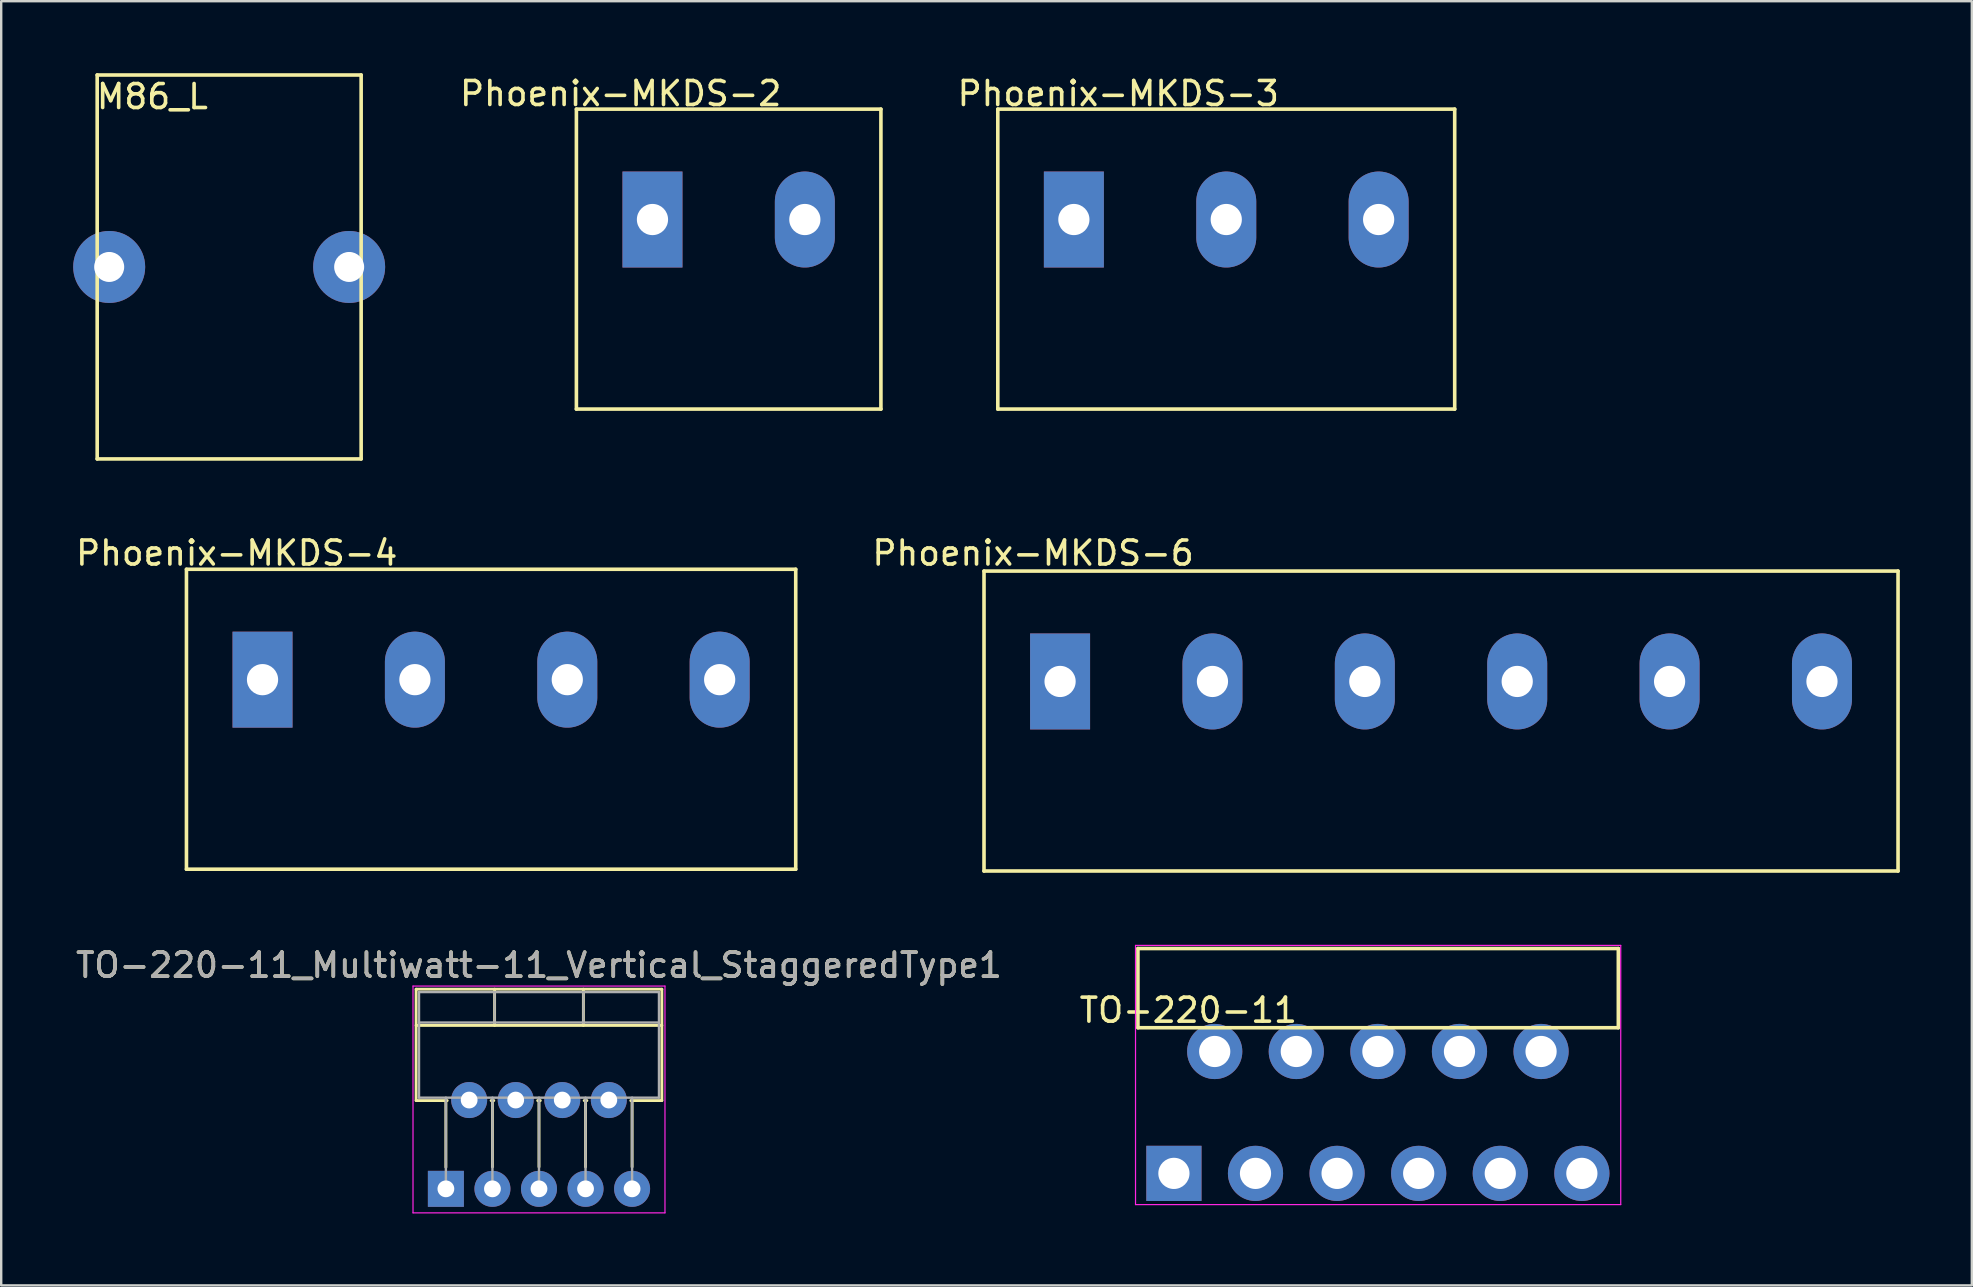
<source format=kicad_pcb>
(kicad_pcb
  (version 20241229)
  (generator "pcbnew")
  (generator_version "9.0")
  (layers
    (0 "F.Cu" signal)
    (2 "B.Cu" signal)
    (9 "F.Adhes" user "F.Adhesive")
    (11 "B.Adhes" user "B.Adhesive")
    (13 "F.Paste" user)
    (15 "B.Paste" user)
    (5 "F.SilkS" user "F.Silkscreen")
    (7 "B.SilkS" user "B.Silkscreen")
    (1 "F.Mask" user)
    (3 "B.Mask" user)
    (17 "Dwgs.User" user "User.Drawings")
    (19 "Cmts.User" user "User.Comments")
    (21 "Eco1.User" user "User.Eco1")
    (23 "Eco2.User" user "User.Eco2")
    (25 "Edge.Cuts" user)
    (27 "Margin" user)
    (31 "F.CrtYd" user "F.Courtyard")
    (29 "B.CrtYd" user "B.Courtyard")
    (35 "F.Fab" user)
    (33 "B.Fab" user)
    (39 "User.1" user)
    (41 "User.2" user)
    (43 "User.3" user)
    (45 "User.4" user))
  (footprint "M86_L"
    (layer "F.Cu")
    (at 6.5 8.075)
    (property "Reference" "M86_L" (at -3.2 -7.1 0) (layer "F.SilkS") (effects (font (size 1 1) (thickness 0.15))))
    (attr through_hole)
    (fp_line (start -5.5 -8) (end -5.5 8) (stroke (width 0.15) (type solid)) (layer "F.SilkS"))
    (fp_line (start -5.5 8) (end 5.5 8) (stroke (width 0.15) (type solid)) (layer "F.SilkS"))
    (fp_line (start 5.5 -8) (end -5.5 -8) (stroke (width 0.15) (type solid)) (layer "F.SilkS"))
    (fp_line (start 5.5 8) (end 5.5 -8) (stroke (width 0.15) (type solid)) (layer "F.SilkS"))
    (pad "1" thru_hole circle (at -5 0) (size 3 3) (drill 1.25) (layers "*.Cu" "*.Mask"))
    (pad "2" thru_hole circle (at 5 0) (size 3 3) (drill 1.25) (layers "*.Cu" "*.Mask")))
  (footprint "Phoenix-MKDS-2"
    (layer "F.Cu")
    (at 27.315 6.098)
    (property "Reference" "Phoenix-MKDS-2" (at -4.5 -5.25 0) (layer "F.SilkS") (effects (font (size 1 1) (thickness 0.15))))
    (attr through_hole)
    (fp_line (start -6.345 -4.6) (end -6.345 7.9) (stroke (width 0.15) (type solid)) (layer "F.SilkS"))
    (fp_line (start -6.345 7.9) (end 6.345 7.9) (stroke (width 0.15) (type solid)) (layer "F.SilkS"))
    (fp_line (start 6.345 -4.6) (end -6.345 -4.6) (stroke (width 0.15) (type solid)) (layer "F.SilkS"))
    (fp_line (start 6.345 -4.6) (end 6.345 7.9) (stroke (width 0.15) (type solid)) (layer "F.SilkS"))
    (pad "1" thru_hole rect (at -3.175 0) (size 2.5 4) (drill 1.3) (layers "*.Cu" "*.Mask"))
    (pad "2" thru_hole oval (at 3.175 0) (size 2.5 4) (drill 1.3) (layers "*.Cu" "*.Mask")))
  (footprint "Phoenix-MKDS-3"
    (layer "F.Cu")
    (at 48.051 6.098)
    (property "Reference" "Phoenix-MKDS-3" (at -4.5 -5.25 0) (layer "F.SilkS") (effects (font (size 1 1) (thickness 0.15))))
    (attr through_hole)
    (fp_line (start -9.52 -4.6) (end -9.52 7.9) (stroke (width 0.15) (type solid)) (layer "F.SilkS"))
    (fp_line (start -9.52 7.9) (end 9.52 7.9) (stroke (width 0.15) (type solid)) (layer "F.SilkS"))
    (fp_line (start 9.52 -4.6) (end -9.52 -4.6) (stroke (width 0.15) (type solid)) (layer "F.SilkS"))
    (fp_line (start 9.52 -4.6) (end 9.52 7.9) (stroke (width 0.15) (type solid)) (layer "F.SilkS"))
    (pad "1" thru_hole rect (at -6.35 0) (size 2.5 4) (drill 1.3) (layers "*.Cu" "*.Mask"))
    (pad "2" thru_hole oval (at 0 0) (size 2.5 4) (drill 1.3) (layers "*.Cu" "*.Mask"))
    (pad "3" thru_hole oval (at 6.35 0) (size 2.5 4) (drill 1.3) (layers "*.Cu" "*.Mask")))
  (footprint "TO-220-11_Multiwatt-11_Vertical_StaggeredType1"
    (layer "F.Cu")
    (at 15.531 46.492)
    (property "Reference" "TO-220-11_Multiwatt-11_Vertical_StaggeredType1" (at 3.88 -9.32 0) (layer "F.SilkS") (effects (font (size 1 1) (thickness 0.15))))
    (attr through_hole)
    (fp_line (start -1.241 -8.32) (end -1.241 -3.679) (stroke (width 0.12) (type solid)) (layer "F.SilkS"))
    (fp_line (start -1.241 -8.32) (end 9 -8.32) (stroke (width 0.12) (type solid)) (layer "F.SilkS"))
    (fp_line (start -1.241 -6.811) (end 9 -6.811) (stroke (width 0.12) (type solid)) (layer "F.SilkS"))
    (fp_line (start -1.241 -3.679) (end 0.055 -3.679) (stroke (width 0.12) (type solid)) (layer "F.SilkS"))
    (fp_line (start 0 -3.679) (end 0 -0.9) (stroke (width 0.12) (type solid)) (layer "F.SilkS"))
    (fp_line (start 1.885 -3.679) (end 1.996 -3.679) (stroke (width 0.12) (type solid)) (layer "F.SilkS"))
    (fp_line (start 1.94 -3.679) (end 1.94 -0.915) (stroke (width 0.12) (type solid)) (layer "F.SilkS"))
    (fp_line (start 2.03 -8.32) (end 2.03 -6.811) (stroke (width 0.12) (type solid)) (layer "F.SilkS"))
    (fp_line (start 3.825 -3.679) (end 3.935 -3.679) (stroke (width 0.12) (type solid)) (layer "F.SilkS"))
    (fp_line (start 3.88 -3.679) (end 3.88 -0.915) (stroke (width 0.12) (type solid)) (layer "F.SilkS"))
    (fp_line (start 5.73 -8.32) (end 5.73 -6.811) (stroke (width 0.12) (type solid)) (layer "F.SilkS"))
    (fp_line (start 5.765 -3.679) (end 5.875 -3.679) (stroke (width 0.12) (type solid)) (layer "F.SilkS"))
    (fp_line (start 5.82 -3.679) (end 5.82 -0.915) (stroke (width 0.12) (type solid)) (layer "F.SilkS"))
    (fp_line (start 7.705 -3.679) (end 9 -3.679) (stroke (width 0.12) (type solid)) (layer "F.SilkS"))
    (fp_line (start 7.76 -3.679) (end 7.76 -0.915) (stroke (width 0.12) (type solid)) (layer "F.SilkS"))
    (fp_line (start 9 -8.32) (end 9 -3.679) (stroke (width 0.12) (type solid)) (layer "F.SilkS"))
    (fp_line (start -1.37 -8.45) (end -1.37 1) (stroke (width 0.05) (type solid)) (layer "F.CrtYd"))
    (fp_line (start -1.37 1) (end 9.13 1) (stroke (width 0.05) (type solid)) (layer "F.CrtYd"))
    (fp_line (start 9.13 -8.45) (end -1.37 -8.45) (stroke (width 0.05) (type solid)) (layer "F.CrtYd"))
    (fp_line (start 9.13 1) (end 9.13 -8.45) (stroke (width 0.05) (type solid)) (layer "F.CrtYd"))
    (fp_line (start -1.12 -8.2) (end -1.12 -3.8) (stroke (width 0.1) (type solid)) (layer "F.Fab"))
    (fp_line (start -1.12 -6.93) (end 8.88 -6.93) (stroke (width 0.1) (type solid)) (layer "F.Fab"))
    (fp_line (start -1.12 -3.8) (end 8.88 -3.8) (stroke (width 0.1) (type solid)) (layer "F.Fab"))
    (fp_line (start 0 -3.8) (end 0 0) (stroke (width 0.1) (type solid)) (layer "F.Fab"))
    (fp_line (start 0.97 -3.8) (end 0.97 -3.7) (stroke (width 0.1) (type solid)) (layer "F.Fab"))
    (fp_line (start 1.94 -3.8) (end 1.94 0) (stroke (width 0.1) (type solid)) (layer "F.Fab"))
    (fp_line (start 2.03 -8.2) (end 2.03 -6.93) (stroke (width 0.1) (type solid)) (layer "F.Fab"))
    (fp_line (start 2.91 -3.8) (end 2.91 -3.7) (stroke (width 0.1) (type solid)) (layer "F.Fab"))
    (fp_line (start 3.88 -3.8) (end 3.88 0) (stroke (width 0.1) (type solid)) (layer "F.Fab"))
    (fp_line (start 4.85 -3.8) (end 4.85 -3.7) (stroke (width 0.1) (type solid)) (layer "F.Fab"))
    (fp_line (start 5.73 -8.2) (end 5.73 -6.93) (stroke (width 0.1) (type solid)) (layer "F.Fab"))
    (fp_line (start 5.82 -3.8) (end 5.82 0) (stroke (width 0.1) (type solid)) (layer "F.Fab"))
    (fp_line (start 6.79 -3.8) (end 6.79 -3.7) (stroke (width 0.1) (type solid)) (layer "F.Fab"))
    (fp_line (start 7.76 -3.8) (end 7.76 0) (stroke (width 0.1) (type solid)) (layer "F.Fab"))
    (fp_line (start 8.88 -8.2) (end -1.12 -8.2) (stroke (width 0.1) (type solid)) (layer "F.Fab"))
    (fp_line (start 8.88 -3.8) (end 8.88 -8.2) (stroke (width 0.1) (type solid)) (layer "F.Fab"))
    (fp_text user "${REFERENCE}" (at 3.88 -9.32 0) (layer "F.Fab") (effects (font (size 1 1) (thickness 0.15))))
    (pad "1" thru_hole rect (at 0 0) (size 1.5 1.5) (drill 0.7) (layers "*.Cu" "*.Mask"))
    (pad "2" thru_hole oval (at 0.97 -3.7) (size 1.5 1.5) (drill 0.7) (layers "*.Cu" "*.Mask"))
    (pad "3" thru_hole oval (at 1.94 0) (size 1.5 1.5) (drill 0.7) (layers "*.Cu" "*.Mask"))
    (pad "4" thru_hole oval (at 2.91 -3.7) (size 1.5 1.5) (drill 0.7) (layers "*.Cu" "*.Mask"))
    (pad "5" thru_hole oval (at 3.88 0) (size 1.5 1.5) (drill 0.7) (layers "*.Cu" "*.Mask"))
    (pad "6" thru_hole oval (at 4.85 -3.7) (size 1.5 1.5) (drill 0.7) (layers "*.Cu" "*.Mask"))
    (pad "7" thru_hole oval (at 5.82 0) (size 1.5 1.5) (drill 0.7) (layers "*.Cu" "*.Mask"))
    (pad "8" thru_hole oval (at 6.79 -3.7) (size 1.5 1.5) (drill 0.7) (layers "*.Cu" "*.Mask"))
    (pad "9" thru_hole oval (at 7.76 0) (size 1.5 1.5) (drill 0.7) (layers "*.Cu" "*.Mask")))
  (footprint "Phoenix-MKDS-4"
    (layer "F.Cu")
    (at 17.415 25.273)
    (property "Reference" "Phoenix-MKDS-4" (at -10.6 -5.275 0) (layer "F.SilkS") (effects (font (size 1 1) (thickness 0.15))))
    (attr through_hole)
    (fp_line (start -12.695 -4.6) (end -12.695 7.9) (stroke (width 0.15) (type solid)) (layer "F.SilkS"))
    (fp_line (start -12.695 7.9) (end 12.695 7.9) (stroke (width 0.15) (type solid)) (layer "F.SilkS"))
    (fp_line (start 12.695 -4.6) (end -12.695 -4.6) (stroke (width 0.15) (type solid)) (layer "F.SilkS"))
    (fp_line (start 12.695 -4.6) (end 12.695 7.9) (stroke (width 0.15) (type solid)) (layer "F.SilkS"))
    (pad "1" thru_hole rect (at -9.525 0) (size 2.5 4) (drill 1.3) (layers "*.Cu" "*.Mask"))
    (pad "2" thru_hole oval (at -3.175 0) (size 2.5 4) (drill 1.3) (layers "*.Cu" "*.Mask"))
    (pad "3" thru_hole oval (at 3.175 0) (size 2.5 4) (drill 1.3) (layers "*.Cu" "*.Mask"))
    (pad "4" thru_hole oval (at 9.525 0) (size 2.5 4) (drill 1.3) (layers "*.Cu" "*.Mask")))
  (footprint "Phoenix-MKDS-6"
    (layer "F.Cu")
    (at 57.001 25.348)
    (property "Reference" "Phoenix-MKDS-6" (at -17 -5.35 0) (layer "F.SilkS") (effects (font (size 1 1) (thickness 0.15))))
    (attr through_hole)
    (fp_line (start -19.045 -4.6) (end -19.045 7.9) (stroke (width 0.15) (type solid)) (layer "F.SilkS"))
    (fp_line (start -19.045 7.9) (end 19.045 7.9) (stroke (width 0.15) (type solid)) (layer "F.SilkS"))
    (fp_line (start 19.045 -4.6) (end -19.045 -4.6) (stroke (width 0.15) (type solid)) (layer "F.SilkS"))
    (fp_line (start 19.045 -4.6) (end 19.045 7.9) (stroke (width 0.15) (type solid)) (layer "F.SilkS"))
    (pad "1" thru_hole rect (at -15.875 0) (size 2.5 4) (drill 1.3) (layers "*.Cu" "*.Mask"))
    (pad "2" thru_hole oval (at -9.525 0) (size 2.5 4) (drill 1.3) (layers "*.Cu" "*.Mask"))
    (pad "3" thru_hole oval (at -3.175 0) (size 2.5 4) (drill 1.3) (layers "*.Cu" "*.Mask"))
    (pad "4" thru_hole oval (at 3.175 0) (size 2.5 4) (drill 1.3) (layers "*.Cu" "*.Mask"))
    (pad "5" thru_hole oval (at 9.525 0) (size 2.5 4) (drill 1.3) (layers "*.Cu" "*.Mask"))
    (pad "6" thru_hole oval (at 15.875 0) (size 2.5 4) (drill 1.3) (layers "*.Cu" "*.Mask")))
  (footprint "TO-220-11"
    (layer "F.Cu")
    (at 45.87 45.848)
    (property "Reference" "TO-220-11" (at 0.6 -6.8 0) (layer "F.SilkS") (effects (font (size 1 1) (thickness 0.15))))
    (attr through_hole)
    (fp_line (start -1.5 -9.37) (end -1.5 -6.07) (stroke (width 0.15) (type solid)) (layer "F.SilkS"))
    (fp_line (start -1.5 -9.37) (end 18.52 -9.37) (stroke (width 0.15) (type solid)) (layer "F.SilkS"))
    (fp_line (start -1.5 -6.07) (end 18.52 -6.07) (stroke (width 0.15) (type solid)) (layer "F.SilkS"))
    (fp_line (start 18.52 -9.37) (end 18.52 -6.07) (stroke (width 0.15) (type solid)) (layer "F.SilkS"))
    (fp_line (start -1.6 -9.5) (end -1.6 1.3) (stroke (width 0.05) (type solid)) (layer "F.CrtYd"))
    (fp_line (start -1.6 1.3) (end 18.62 1.3) (stroke (width 0.05) (type solid)) (layer "F.CrtYd"))
    (fp_line (start 18.62 -9.5) (end -1.6 -9.5) (stroke (width 0.05) (type solid)) (layer "F.CrtYd"))
    (fp_line (start 18.62 1.3) (end 18.62 -9.5) (stroke (width 0.05) (type solid)) (layer "F.CrtYd"))
    (pad "1" thru_hole rect (at 0 0) (size 2.3 2.3) (drill 1.3) (layers "*.Cu" "*.Mask"))
    (pad "2" thru_hole circle (at 1.7 -5.08) (size 2.3 2.3) (drill 1.3) (layers "*.Cu" "*.Mask"))
    (pad "3" thru_hole circle (at 3.4 0) (size 2.3 2.3) (drill 1.3) (layers "*.Cu" "*.Mask"))
    (pad "4" thru_hole circle (at 5.1 -5.08) (size 2.3 2.3) (drill 1.3) (layers "*.Cu" "*.Mask"))
    (pad "5" thru_hole circle (at 6.8 0) (size 2.3 2.3) (drill 1.3) (layers "*.Cu" "*.Mask"))
    (pad "6" thru_hole circle (at 8.5 -5.08) (size 2.3 2.3) (drill 1.3) (layers "*.Cu" "*.Mask"))
    (pad "7" thru_hole circle (at 10.2 0) (size 2.3 2.3) (drill 1.3) (layers "*.Cu" "*.Mask"))
    (pad "8" thru_hole circle (at 11.9 -5.08) (size 2.3 2.3) (drill 1.3) (layers "*.Cu" "*.Mask"))
    (pad "9" thru_hole circle (at 13.6 0) (size 2.3 2.3) (drill 1.3) (layers "*.Cu" "*.Mask"))
    (pad "10" thru_hole circle (at 15.3 -5.08) (size 2.3 2.3) (drill 1.3) (layers "*.Cu" "*.Mask"))
    (pad "11" thru_hole circle (at 17 0) (size 2.3 2.3) (drill 1.3) (layers "*.Cu" "*.Mask")))
  (gr_rect
    (start -3 -3)
    (end 79.121 50.517)
    (stroke (width 0.1) (type default))
    (fill no)
    (layer "Edge.Cuts")))
</source>
